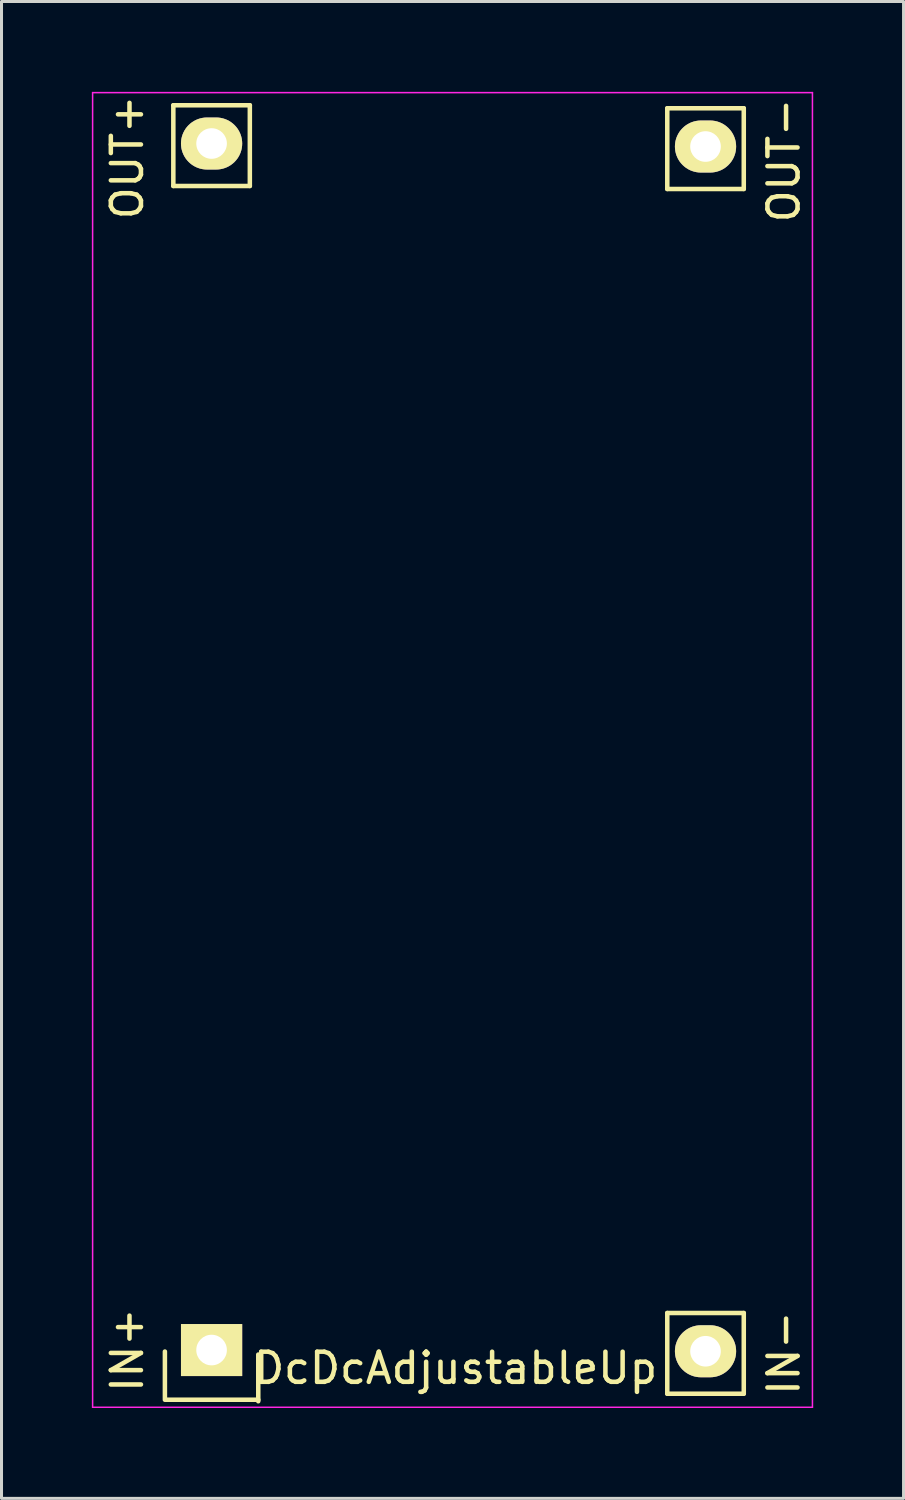
<source format=kicad_pcb>
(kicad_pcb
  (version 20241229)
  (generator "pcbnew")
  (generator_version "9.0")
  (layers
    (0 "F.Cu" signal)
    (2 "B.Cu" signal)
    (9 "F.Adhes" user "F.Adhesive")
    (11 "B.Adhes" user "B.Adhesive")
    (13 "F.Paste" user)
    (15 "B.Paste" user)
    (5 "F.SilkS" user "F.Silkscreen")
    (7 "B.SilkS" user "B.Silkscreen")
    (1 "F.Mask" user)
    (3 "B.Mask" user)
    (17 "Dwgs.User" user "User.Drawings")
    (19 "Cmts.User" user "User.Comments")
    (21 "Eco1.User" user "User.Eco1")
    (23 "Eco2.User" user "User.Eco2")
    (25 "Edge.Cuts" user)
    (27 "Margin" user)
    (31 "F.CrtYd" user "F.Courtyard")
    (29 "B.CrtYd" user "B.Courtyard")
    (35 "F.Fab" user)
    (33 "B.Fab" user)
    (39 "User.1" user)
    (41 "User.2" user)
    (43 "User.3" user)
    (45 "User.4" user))
  (footprint "DcDcAdjustableUp"
    (layer "F.Cu")
    (at 12.175 21.375)
    (property "Reference" "DcDcAdjustableUp" (at -0.1 21 0) (layer "F.SilkS") (effects (font (size 1 1) (thickness 0.15))))
    (attr through_hole)
    (fp_line (start -9.75 22) (end -9.75 20.45) (stroke (width 0.15) (type solid)) (layer "F.SilkS"))
    (fp_line (start -9.75 22.05) (end -6.65 22.05) (stroke (width 0.15) (type solid)) (layer "F.SilkS"))
    (fp_line (start -9.47 -20.93) (end -9.47 -18.25) (stroke (width 0.15) (type solid)) (layer "F.SilkS"))
    (fp_line (start -9.47 -18.25) (end -6.93 -18.25) (stroke (width 0.15) (type solid)) (layer "F.SilkS"))
    (fp_line (start -6.93 -20.93) (end -9.47 -20.93) (stroke (width 0.15) (type solid)) (layer "F.SilkS"))
    (fp_line (start -6.93 -18.25) (end -6.93 -20.93) (stroke (width 0.15) (type solid)) (layer "F.SilkS"))
    (fp_line (start -6.65 20.55) (end -6.65 22.1) (stroke (width 0.15) (type solid)) (layer "F.SilkS"))
    (fp_line (start 6.93 -20.83) (end 6.93 -18.15) (stroke (width 0.15) (type solid)) (layer "F.SilkS"))
    (fp_line (start 6.93 -18.15) (end 9.47 -18.15) (stroke (width 0.15) (type solid)) (layer "F.SilkS"))
    (fp_line (start 6.93 19.17) (end 6.93 21.85) (stroke (width 0.15) (type solid)) (layer "F.SilkS"))
    (fp_line (start 6.93 21.85) (end 9.47 21.85) (stroke (width 0.15) (type solid)) (layer "F.SilkS"))
    (fp_line (start 9.47 -20.83) (end 6.93 -20.83) (stroke (width 0.15) (type solid)) (layer "F.SilkS"))
    (fp_line (start 9.47 -18.15) (end 9.47 -20.83) (stroke (width 0.15) (type solid)) (layer "F.SilkS"))
    (fp_line (start 9.47 19.17) (end 6.93 19.17) (stroke (width 0.15) (type solid)) (layer "F.SilkS"))
    (fp_line (start 9.47 21.85) (end 9.47 19.17) (stroke (width 0.15) (type solid)) (layer "F.SilkS"))
    (fp_line (start -12.15 -21.35) (end -12.15 22.3) (stroke (width 0.05) (type solid)) (layer "F.CrtYd"))
    (fp_line (start -12.15 -21.35) (end 11.75 -21.35) (stroke (width 0.05) (type solid)) (layer "F.CrtYd"))
    (fp_line (start -12.15 22.3) (end 11.75 22.3) (stroke (width 0.05) (type solid)) (layer "F.CrtYd"))
    (fp_line (start 11.75 -21.35) (end 11.75 22.3) (stroke (width 0.05) (type solid)) (layer "F.CrtYd"))
    (fp_text user "IN-" (at 10.8 20.5 90) (layer "F.SilkS") (effects (font (size 1 1) (thickness 0.15))))
    (fp_text user "OUT+" (at -11 -19.2 90) (layer "F.SilkS") (effects (font (size 1 1) (thickness 0.15))))
    (fp_text user "OUT-" (at 10.8 -19.1 90) (layer "F.SilkS") (effects (font (size 1 1) (thickness 0.15))))
    (fp_text user "IN+" (at -11 20.4 90) (layer "F.SilkS") (effects (font (size 1 1) (thickness 0.15))))
    (pad "1" thru_hole rect (at -8.2 20.4) (size 2.032 1.727) (drill 1.016) (layers "*.Cu" "*.Mask" "F.SilkS"))
    (pad "2" thru_hole oval (at 8.2 20.44) (size 2.032 1.727) (drill 1.016) (layers "*.Cu" "*.Mask" "F.SilkS"))
    (pad "3" thru_hole oval (at -8.2 -19.66) (size 2.032 1.727) (drill 1.016) (layers "*.Cu" "*.Mask" "F.SilkS"))
    (pad "4" thru_hole oval (at 8.2 -19.56) (size 2.032 1.727) (drill 1.016) (layers "*.Cu" "*.Mask" "F.SilkS")))
  (gr_rect
    (start -3 -3)
    (end 26.95 46.7)
    (stroke (width 0.1) (type default))
    (fill no)
    (layer "Edge.Cuts")))
</source>
